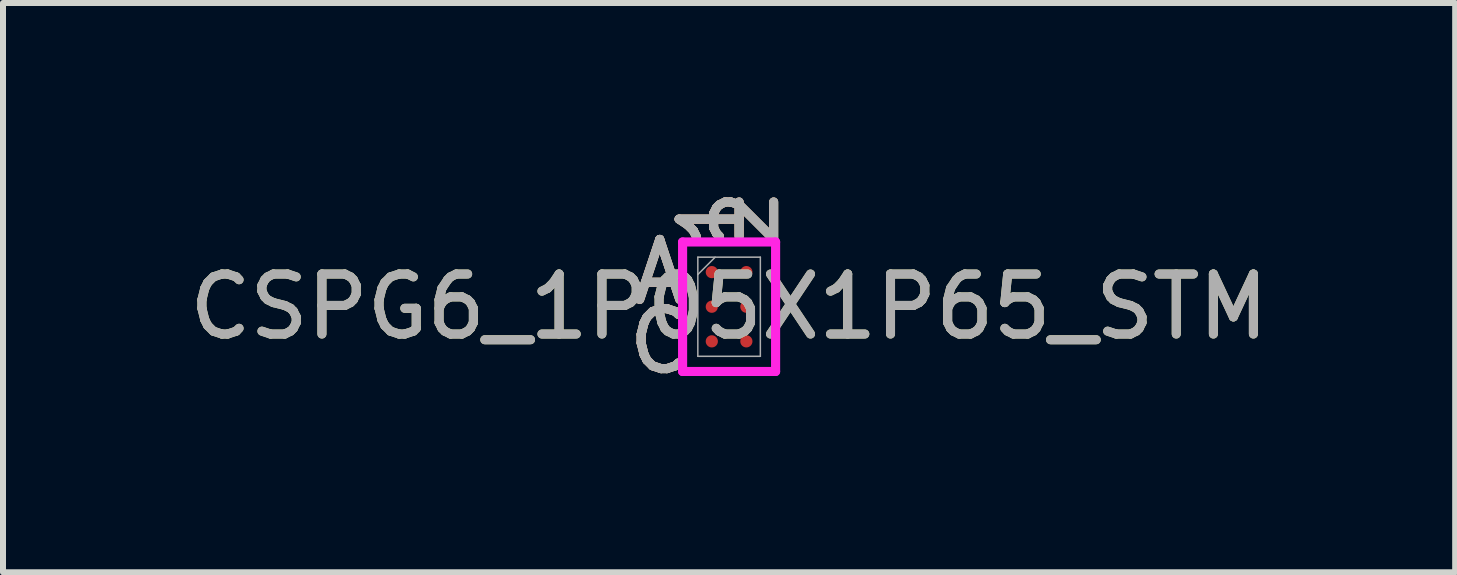
<source format=kicad_pcb>
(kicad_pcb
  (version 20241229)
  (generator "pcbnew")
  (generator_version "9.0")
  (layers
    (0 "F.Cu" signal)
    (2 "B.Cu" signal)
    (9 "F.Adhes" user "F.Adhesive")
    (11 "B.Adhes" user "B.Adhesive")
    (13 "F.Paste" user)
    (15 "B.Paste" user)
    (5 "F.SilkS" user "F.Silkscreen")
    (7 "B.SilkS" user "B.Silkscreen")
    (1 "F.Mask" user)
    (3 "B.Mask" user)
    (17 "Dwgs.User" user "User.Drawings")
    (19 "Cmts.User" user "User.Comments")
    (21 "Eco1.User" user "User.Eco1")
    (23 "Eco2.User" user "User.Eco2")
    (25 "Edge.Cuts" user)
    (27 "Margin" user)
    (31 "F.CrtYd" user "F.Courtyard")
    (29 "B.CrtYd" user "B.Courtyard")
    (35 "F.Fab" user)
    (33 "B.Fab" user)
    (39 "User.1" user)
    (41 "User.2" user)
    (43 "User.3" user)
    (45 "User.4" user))
  (footprint "CSPG6_1P05X1P65_STM"
    (layer "F.Cu")
    (at 9.101 2.062)
    (property "Reference" "CSPG6_1P05X1P65_STM" (at 0 0 0) (unlocked yes) (layer "F.SilkS") (effects (font (size 1 1) (thickness 0.15))))
    (attr smd)
    (fp_poly (pts (xy -1.022 -1.31) (xy 1.022 -1.31) (xy 1.022 1.31) (xy -1.022 1.31)) (stroke (width 0.1) (type solid)) (fill no) (layer "Eco2.User"))
    (fp_line (start -0.775 -1.079) (end 0.775 -1.079) (stroke (width 0.152) (type solid)) (layer "F.CrtYd"))
    (fp_line (start -0.775 1.079) (end -0.775 -1.079) (stroke (width 0.152) (type solid)) (layer "F.CrtYd"))
    (fp_line (start 0.775 -1.079) (end 0.775 1.079) (stroke (width 0.152) (type solid)) (layer "F.CrtYd"))
    (fp_line (start 0.775 1.079) (end -0.775 1.079) (stroke (width 0.152) (type solid)) (layer "F.CrtYd"))
    (fp_line (start -0.521 -0.826) (end -0.521 0.826) (stroke (width 0.025) (type solid)) (layer "F.Fab"))
    (fp_line (start -0.521 0.826) (end 0.521 0.826) (stroke (width 0.025) (type solid)) (layer "F.Fab"))
    (fp_line (start -0.232 -0.826) (end -0.521 -0.537) (stroke (width 0.025) (type solid)) (layer "F.Fab"))
    (fp_line (start 0.521 -0.826) (end -0.521 -0.826) (stroke (width 0.025) (type solid)) (layer "F.Fab"))
    (fp_line (start 0.521 0.826) (end 0.521 -0.826) (stroke (width 0.025) (type solid)) (layer "F.Fab"))
    (fp_text user "C" (at -1.156 0.577 0) (unlocked yes) (layer "F.SilkS") (effects (font (size 1 1) (thickness 0.15))))
    (fp_text user "2" (at 0.288 -1.46 90) (unlocked yes) (layer "F.SilkS") (effects (font (size 1 1) (thickness 0.15))))
    (fp_text user "1" (at -0.288 -1.46 90) (unlocked yes) (layer "F.SilkS") (effects (font (size 1 1) (thickness 0.15))))
    (fp_text user "A" (at -1.156 -0.577 0) (unlocked yes) (layer "F.SilkS") (effects (font (size 1 1) (thickness 0.15))))
    (fp_text user "C" (at -1.156 0.577 0) (unlocked yes) (layer "B.SilkS") (effects (font (size 1 1) (thickness 0.15))))
    (fp_text user "A" (at -1.156 -0.577 0) (unlocked yes) (layer "B.SilkS") (effects (font (size 1 1) (thickness 0.15))))
    (fp_text user "2" (at 0.288 -1.46 90) (unlocked yes) (layer "B.SilkS") (effects (font (size 1 1) (thickness 0.15))))
    (fp_text user "1" (at -0.288 -1.46 90) (unlocked yes) (layer "B.SilkS") (effects (font (size 1 1) (thickness 0.15))))
    (fp_text user "2" (at 0.288 -1.46 90) (unlocked yes) (layer "F.Fab") (effects (font (size 1 1) (thickness 0.15))))
    (fp_text user "1" (at -0.288 -1.46 90) (unlocked yes) (layer "F.Fab") (effects (font (size 1 1) (thickness 0.15))))
    (fp_text user "${REFERENCE}" (at 0 0 0) (unlocked yes) (layer "F.Fab") (effects (font (size 1 1) (thickness 0.15))))
    (fp_text user "C" (at -1.156 0.577 0) (unlocked yes) (layer "F.Fab") (effects (font (size 1 1) (thickness 0.15))))
    (fp_text user "A" (at -1.156 -0.577 0) (unlocked yes) (layer "F.Fab") (effects (font (size 1 1) (thickness 0.15))))
    (pad "A1" smd circle (at -0.288 -0.577) (size 0.203 0.203) (layers "F.Cu" "F.Mask" "F.Paste"))
    (pad "A2" smd circle (at 0.288 -0.577) (size 0.203 0.203) (layers "F.Cu" "F.Mask" "F.Paste"))
    (pad "B1" smd circle (at -0.288 0) (size 0.203 0.203) (layers "F.Cu" "F.Mask" "F.Paste"))
    (pad "B2" smd circle (at 0.288 0) (size 0.203 0.203) (layers "F.Cu" "F.Mask" "F.Paste"))
    (pad "C1" smd circle (at -0.288 0.577) (size 0.203 0.203) (layers "F.Cu" "F.Mask" "F.Paste"))
    (pad "C2" smd circle (at 0.288 0.577) (size 0.203 0.203) (layers "F.Cu" "F.Mask" "F.Paste")))
  (gr_rect
    (start -3 -3)
    (end 21.202 6.487)
    (stroke (width 0.1) (type default))
    (fill no)
    (layer "Edge.Cuts")))
</source>
